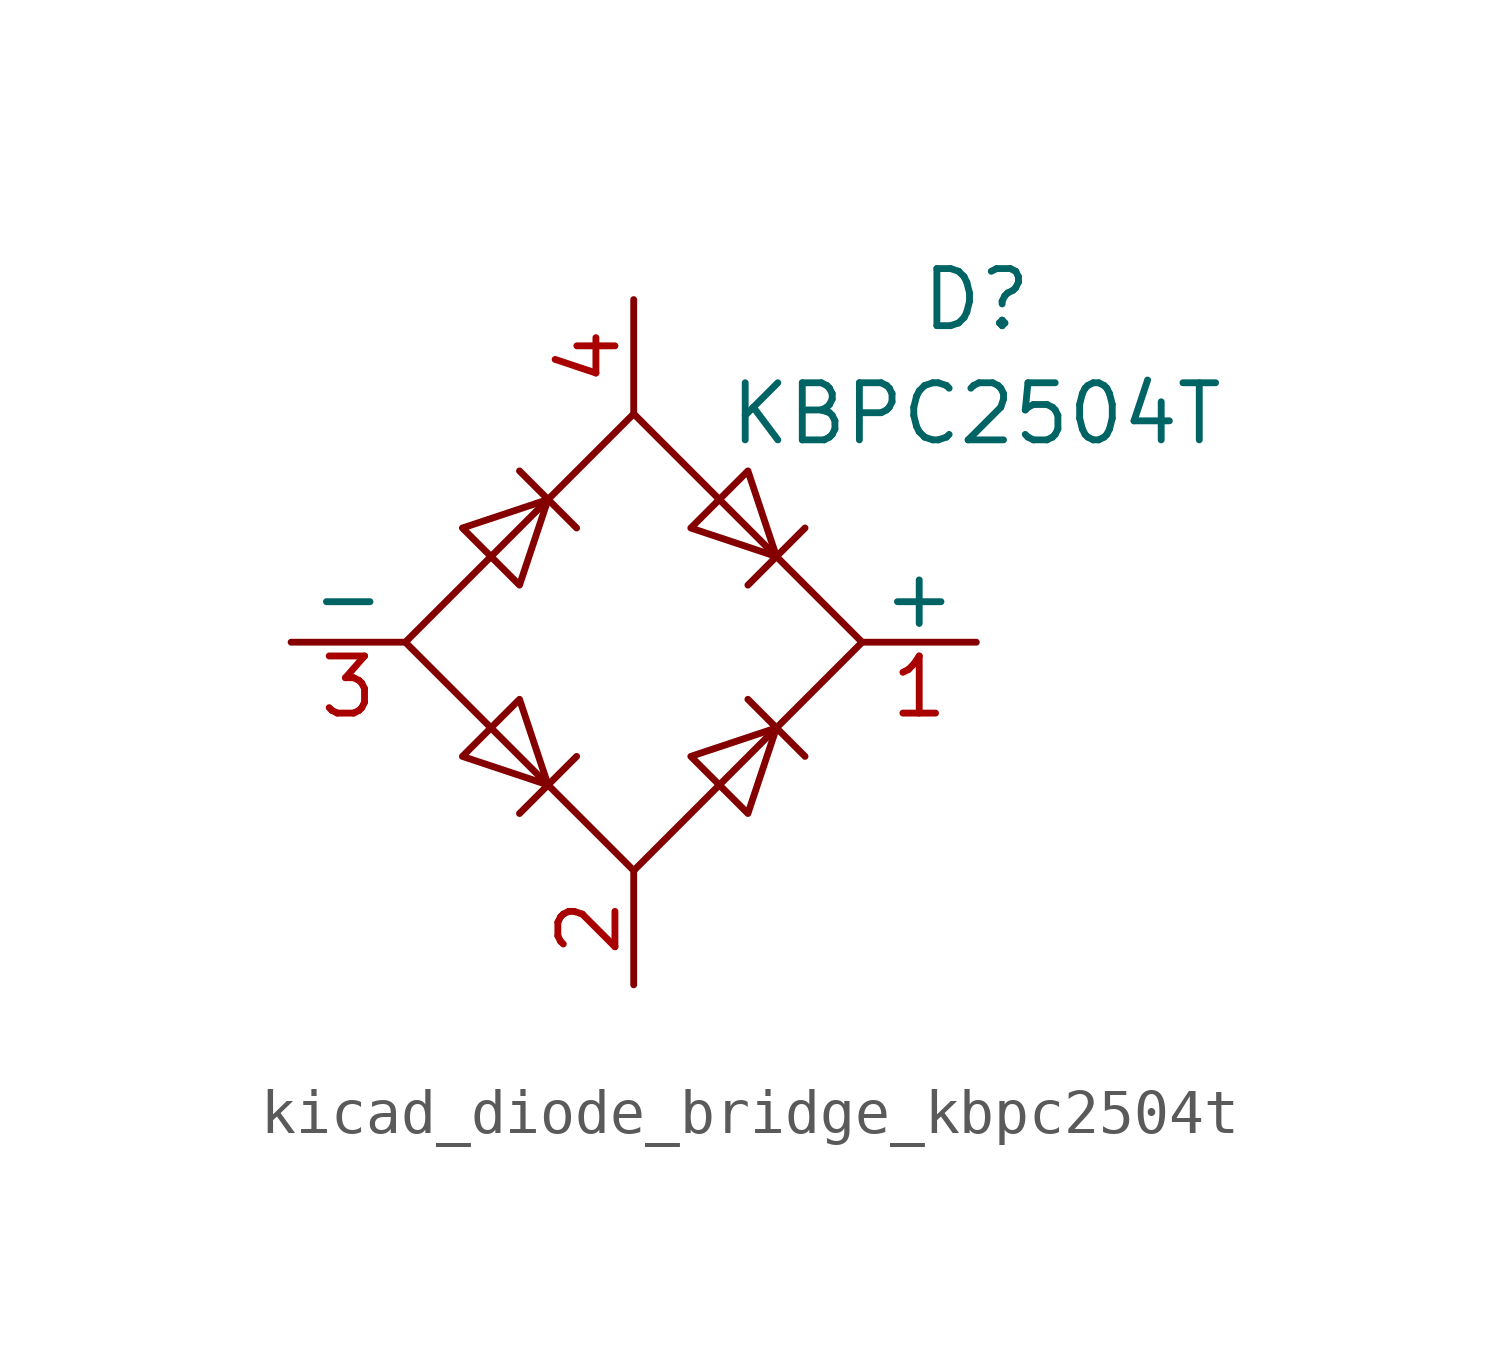
<source format=kicad_sym>
(kicad_symbol_lib
  (version 20220914)
  (generator kicad_symbol_editor)
  (symbol "kicad_diode_bridge_kbpc2504t"
    (pin_names
      (offset 0))
    (property "Reference" "D"
      (at 7.62 7.62 0)
      (effects (font (size 1.27 1.27))))
    (property "Value" "KBPC2504T"
      (at 7.62 5.08 0)
      (effects (font (size 1.27 1.27))))
    (symbol "kicad_diode_bridge_kbpc2504t_0_1"
      (polyline (pts (xy -2.54 3.81) (xy -1.27 2.54)) (stroke (width 0) (type default)) (fill (type none)))
      (polyline (pts (xy -1.27 -2.54) (xy -2.54 -3.81)) (stroke (width 0) (type default)) (fill (type none)))
      (polyline (pts (xy 2.54 -1.27) (xy 3.81 -2.54)) (stroke (width 0) (type default)) (fill (type none)))
      (polyline (pts (xy 2.54 1.27) (xy 3.81 2.54)) (stroke (width 0) (type default)) (fill (type none)))
      (polyline (pts (xy -3.81 2.54) (xy -2.54 1.27) (xy -1.905 3.175) (xy -3.81 2.54)) (stroke (width 0) (type default)) (fill (type none)))
      (polyline (pts (xy -2.54 -1.27) (xy -3.81 -2.54) (xy -1.905 -3.175) (xy -2.54 -1.27)) (stroke (width 0) (type default)) (fill (type none)))
      (polyline (pts (xy 1.27 2.54) (xy 2.54 3.81) (xy 3.175 1.905) (xy 1.27 2.54)) (stroke (width 0) (type default)) (fill (type none)))
      (polyline (pts (xy 3.175 -1.905) (xy 1.27 -2.54) (xy 2.54 -3.81) (xy 3.175 -1.905)) (stroke (width 0) (type default)) (fill (type none)))
      (polyline (pts (xy -5.08 0) (xy 0 -5.08) (xy 5.08 0) (xy 0 5.08) (xy -5.08 0)) (stroke (width 0) (type default)) (fill (type none))))
    (symbol "kicad_diode_bridge_kbpc2504t_1_1"
      (pin passive line (at 7.62 0 180) (length 2.54) (name "+" (effects (font (size 1.27 1.27)))) (number "1" (effects (font (size 1.27 1.27)))))
      (pin passive line (at 0 -7.62 90) (length 2.54) (name "~" (effects (font (size 1.27 1.27)))) (number "2" (effects (font (size 1.27 1.27)))))
      (pin passive line (at -7.62 0 0) (length 2.54) (name "-" (effects (font (size 1.27 1.27)))) (number "3" (effects (font (size 1.27 1.27)))))
      (pin passive line (at 0 7.62 270) (length 2.54) (name "~" (effects (font (size 1.27 1.27)))) (number "4" (effects (font (size 1.27 1.27))))))))
</source>
